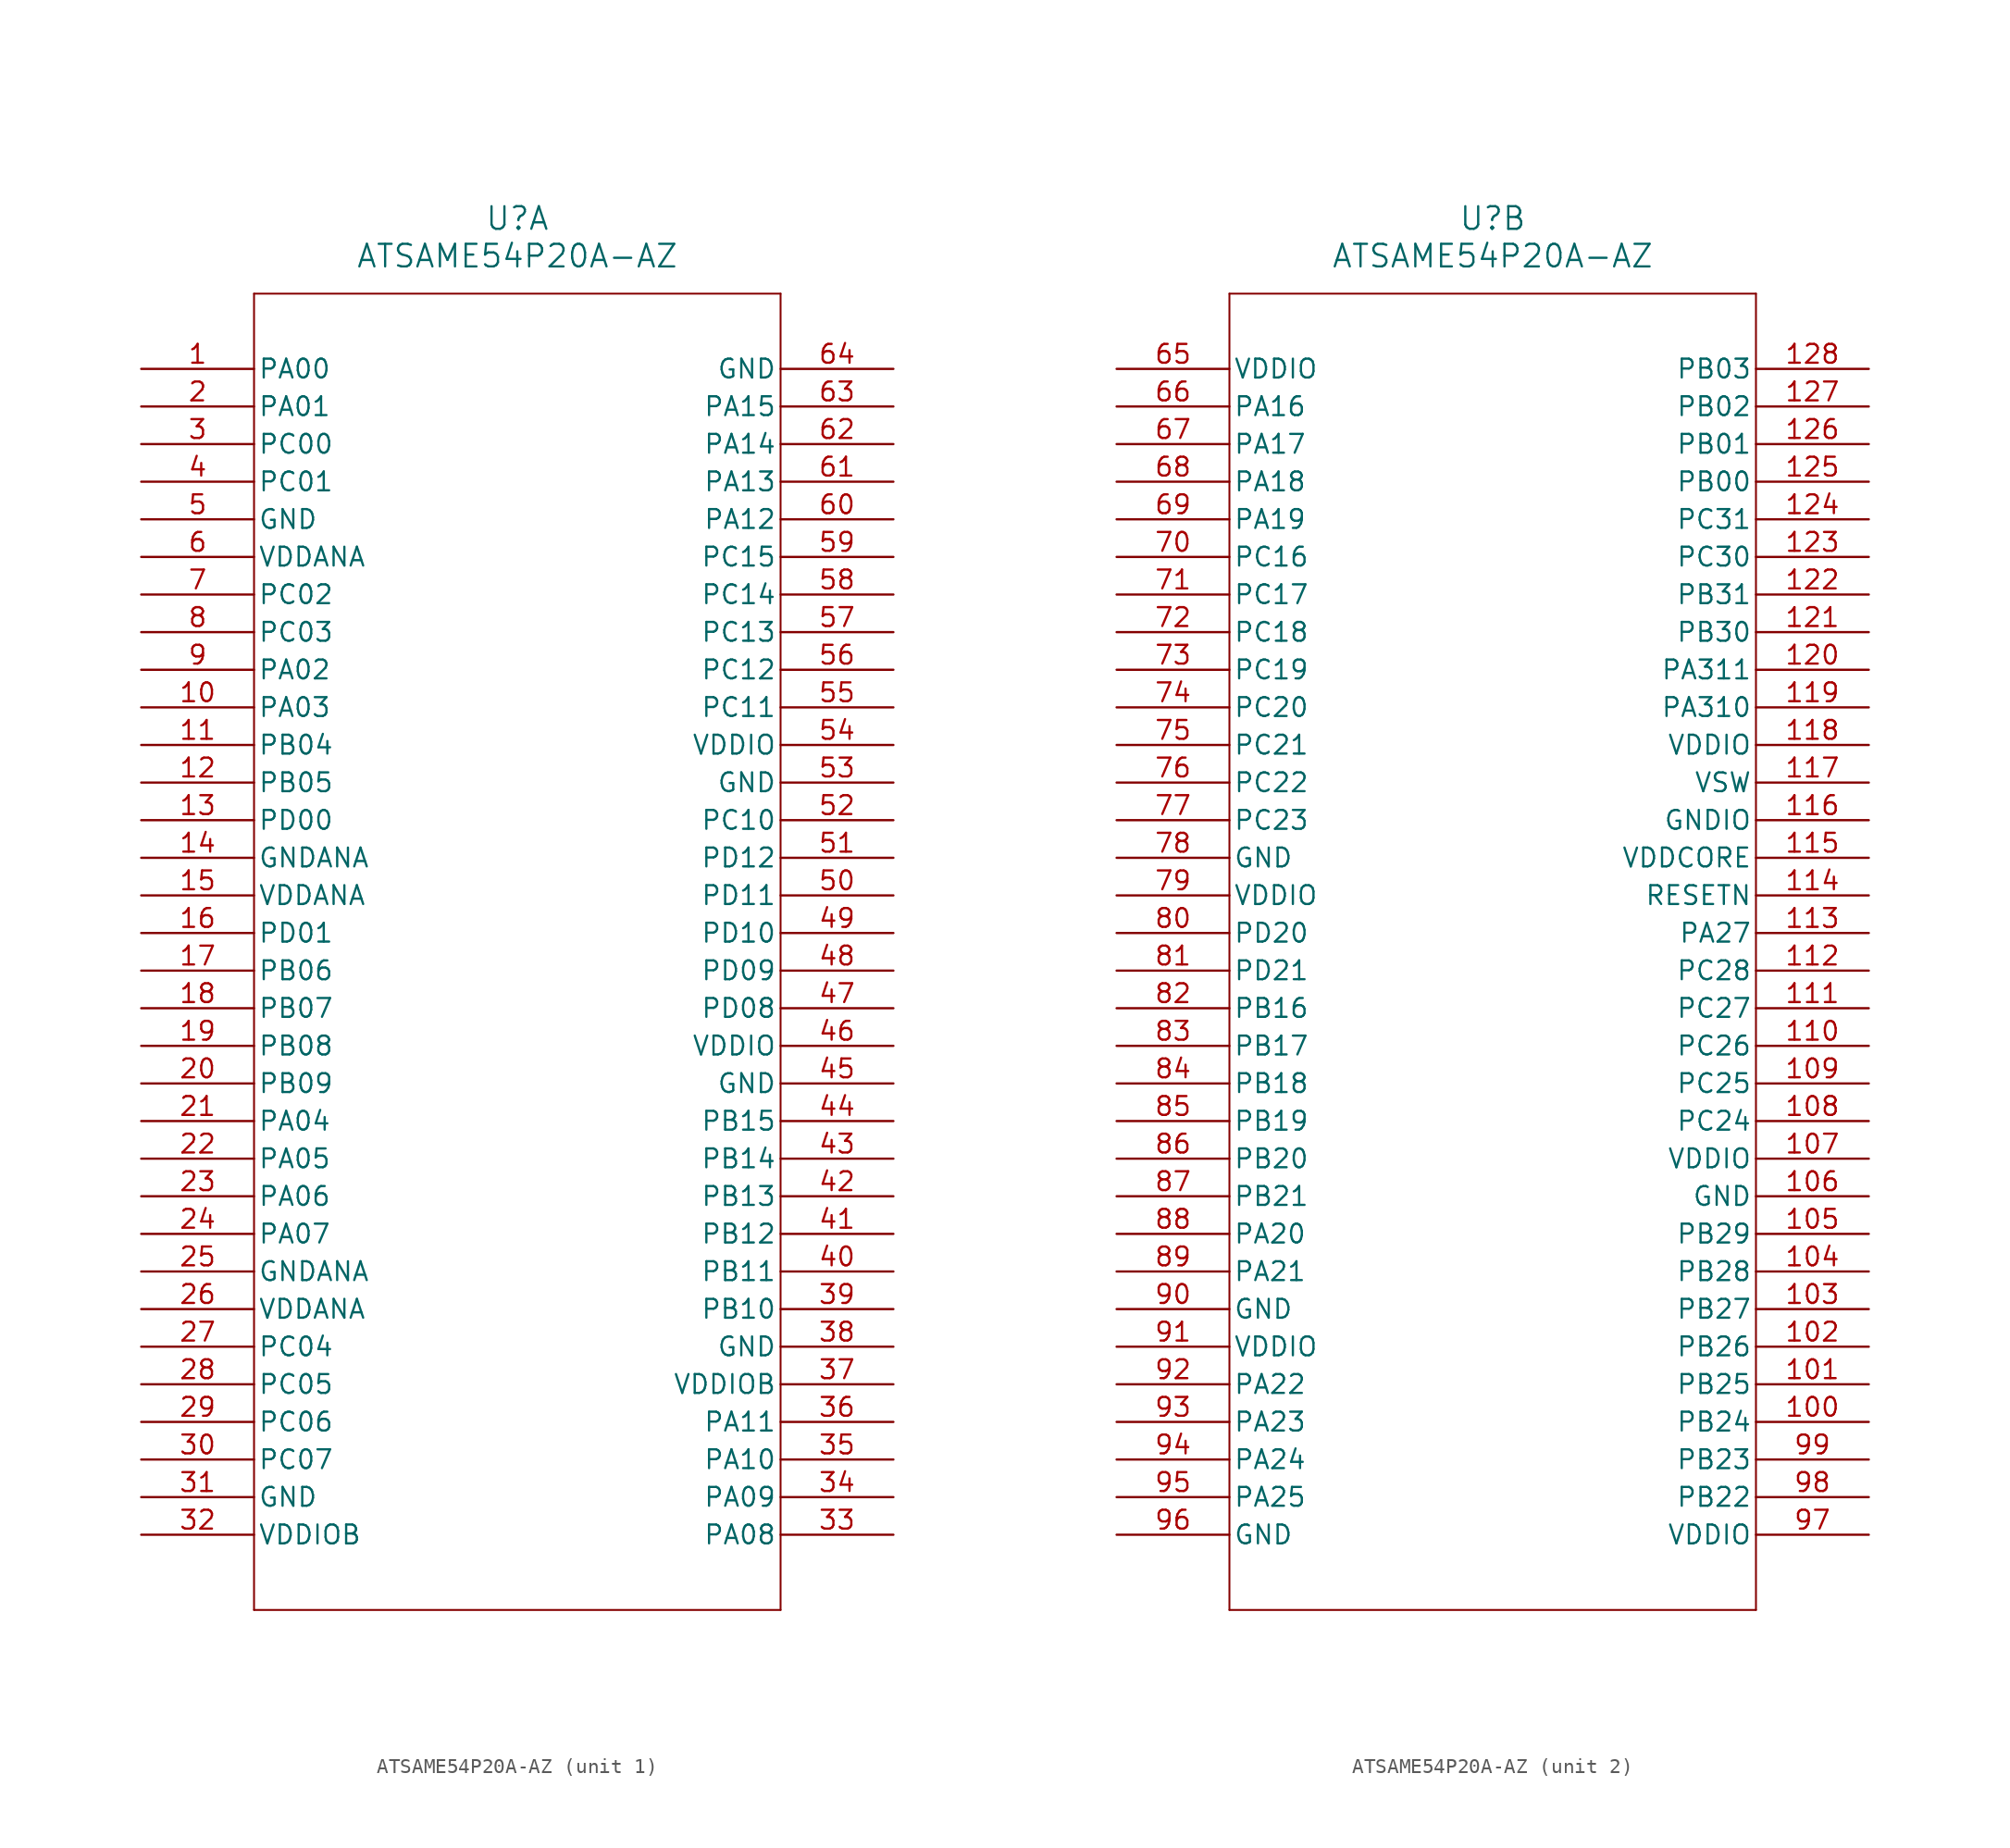
<source format=kicad_sym>
(kicad_symbol_lib
  (version 20211014)
  (generator kicad_symbol_editor)
  (symbol "ATSAME54P20A-AZ"
    (pin_names
      (offset 0.254))
    (property "Reference" "U"
      (at 25.4 10.16 0)
      (effects (font (size 1.524 1.524))))
    (property "Value" "ATSAME54P20A-AZ"
      (at 25.4 7.62 0)
      (effects (font (size 1.524 1.524))))
    (symbol "ATSAME54P20A-AZ_1_1"
      (polyline (pts (xy 7.62 5.08) (xy 7.62 -83.82)) (stroke (width 0.127) (type default) (color 0 0 0 0)) (fill (type none)))
      (polyline (pts (xy 7.62 -83.82) (xy 43.18 -83.82)) (stroke (width 0.127) (type default) (color 0 0 0 0)) (fill (type none)))
      (polyline (pts (xy 43.18 -83.82) (xy 43.18 5.08)) (stroke (width 0.127) (type default) (color 0 0 0 0)) (fill (type none)))
      (polyline (pts (xy 43.18 5.08) (xy 7.62 5.08)) (stroke (width 0.127) (type default) (color 0 0 0 0)) (fill (type none)))
      (pin bidirectional line (at 0 0 0) (length 7.62) (name "PA00" (effects (font (size 1.27 1.27)))) (number "1" (effects (font (size 1.27 1.27)))))
      (pin bidirectional line (at 0 -2.54 0) (length 7.62) (name "PA01" (effects (font (size 1.27 1.27)))) (number "2" (effects (font (size 1.27 1.27)))))
      (pin bidirectional line (at 0 -5.08 0) (length 7.62) (name "PC00" (effects (font (size 1.27 1.27)))) (number "3" (effects (font (size 1.27 1.27)))))
      (pin bidirectional line (at 0 -7.62 0) (length 7.62) (name "PC01" (effects (font (size 1.27 1.27)))) (number "4" (effects (font (size 1.27 1.27)))))
      (pin power_out line (at 0 -10.16 0) (length 7.62) (name "GND" (effects (font (size 1.27 1.27)))) (number "5" (effects (font (size 1.27 1.27)))))
      (pin power_in line (at 0 -12.7 0) (length 7.62) (name "VDDANA" (effects (font (size 1.27 1.27)))) (number "6" (effects (font (size 1.27 1.27)))))
      (pin bidirectional line (at 0 -15.24 0) (length 7.62) (name "PC02" (effects (font (size 1.27 1.27)))) (number "7" (effects (font (size 1.27 1.27)))))
      (pin bidirectional line (at 0 -17.78 0) (length 7.62) (name "PC03" (effects (font (size 1.27 1.27)))) (number "8" (effects (font (size 1.27 1.27)))))
      (pin bidirectional line (at 0 -20.32 0) (length 7.62) (name "PA02" (effects (font (size 1.27 1.27)))) (number "9" (effects (font (size 1.27 1.27)))))
      (pin bidirectional line (at 0 -22.86 0) (length 7.62) (name "PA03" (effects (font (size 1.27 1.27)))) (number "10" (effects (font (size 1.27 1.27)))))
      (pin bidirectional line (at 0 -25.4 0) (length 7.62) (name "PB04" (effects (font (size 1.27 1.27)))) (number "11" (effects (font (size 1.27 1.27)))))
      (pin bidirectional line (at 0 -27.94 0) (length 7.62) (name "PB05" (effects (font (size 1.27 1.27)))) (number "12" (effects (font (size 1.27 1.27)))))
      (pin bidirectional line (at 0 -30.48 0) (length 7.62) (name "PD00" (effects (font (size 1.27 1.27)))) (number "13" (effects (font (size 1.27 1.27)))))
      (pin power_out line (at 0 -33.02 0) (length 7.62) (name "GNDANA" (effects (font (size 1.27 1.27)))) (number "14" (effects (font (size 1.27 1.27)))))
      (pin power_in line (at 0 -35.56 0) (length 7.62) (name "VDDANA" (effects (font (size 1.27 1.27)))) (number "15" (effects (font (size 1.27 1.27)))))
      (pin bidirectional line (at 0 -38.1 0) (length 7.62) (name "PD01" (effects (font (size 1.27 1.27)))) (number "16" (effects (font (size 1.27 1.27)))))
      (pin bidirectional line (at 0 -40.64 0) (length 7.62) (name "PB06" (effects (font (size 1.27 1.27)))) (number "17" (effects (font (size 1.27 1.27)))))
      (pin bidirectional line (at 0 -43.18 0) (length 7.62) (name "PB07" (effects (font (size 1.27 1.27)))) (number "18" (effects (font (size 1.27 1.27)))))
      (pin bidirectional line (at 0 -45.72 0) (length 7.62) (name "PB08" (effects (font (size 1.27 1.27)))) (number "19" (effects (font (size 1.27 1.27)))))
      (pin bidirectional line (at 0 -48.26 0) (length 7.62) (name "PB09" (effects (font (size 1.27 1.27)))) (number "20" (effects (font (size 1.27 1.27)))))
      (pin bidirectional line (at 0 -50.8 0) (length 7.62) (name "PA04" (effects (font (size 1.27 1.27)))) (number "21" (effects (font (size 1.27 1.27)))))
      (pin bidirectional line (at 0 -53.34 0) (length 7.62) (name "PA05" (effects (font (size 1.27 1.27)))) (number "22" (effects (font (size 1.27 1.27)))))
      (pin bidirectional line (at 0 -55.88 0) (length 7.62) (name "PA06" (effects (font (size 1.27 1.27)))) (number "23" (effects (font (size 1.27 1.27)))))
      (pin bidirectional line (at 0 -58.42 0) (length 7.62) (name "PA07" (effects (font (size 1.27 1.27)))) (number "24" (effects (font (size 1.27 1.27)))))
      (pin power_out line (at 0 -60.96 0) (length 7.62) (name "GNDANA" (effects (font (size 1.27 1.27)))) (number "25" (effects (font (size 1.27 1.27)))))
      (pin power_in line (at 0 -63.5 0) (length 7.62) (name "VDDANA" (effects (font (size 1.27 1.27)))) (number "26" (effects (font (size 1.27 1.27)))))
      (pin bidirectional line (at 0 -66.04 0) (length 7.62) (name "PC04" (effects (font (size 1.27 1.27)))) (number "27" (effects (font (size 1.27 1.27)))))
      (pin bidirectional line (at 0 -68.58 0) (length 7.62) (name "PC05" (effects (font (size 1.27 1.27)))) (number "28" (effects (font (size 1.27 1.27)))))
      (pin bidirectional line (at 0 -71.12 0) (length 7.62) (name "PC06" (effects (font (size 1.27 1.27)))) (number "29" (effects (font (size 1.27 1.27)))))
      (pin bidirectional line (at 0 -73.66 0) (length 7.62) (name "PC07" (effects (font (size 1.27 1.27)))) (number "30" (effects (font (size 1.27 1.27)))))
      (pin power_out line (at 0 -76.2 0) (length 7.62) (name "GND" (effects (font (size 1.27 1.27)))) (number "31" (effects (font (size 1.27 1.27)))))
      (pin power_in line (at 0 -78.74 0) (length 7.62) (name "VDDIOB" (effects (font (size 1.27 1.27)))) (number "32" (effects (font (size 1.27 1.27)))))
      (pin bidirectional line (at 50.8 -78.74 180) (length 7.62) (name "PA08" (effects (font (size 1.27 1.27)))) (number "33" (effects (font (size 1.27 1.27)))))
      (pin bidirectional line (at 50.8 -76.2 180) (length 7.62) (name "PA09" (effects (font (size 1.27 1.27)))) (number "34" (effects (font (size 1.27 1.27)))))
      (pin bidirectional line (at 50.8 -73.66 180) (length 7.62) (name "PA10" (effects (font (size 1.27 1.27)))) (number "35" (effects (font (size 1.27 1.27)))))
      (pin bidirectional line (at 50.8 -71.12 180) (length 7.62) (name "PA11" (effects (font (size 1.27 1.27)))) (number "36" (effects (font (size 1.27 1.27)))))
      (pin power_in line (at 50.8 -68.58 180) (length 7.62) (name "VDDIOB" (effects (font (size 1.27 1.27)))) (number "37" (effects (font (size 1.27 1.27)))))
      (pin power_out line (at 50.8 -66.04 180) (length 7.62) (name "GND" (effects (font (size 1.27 1.27)))) (number "38" (effects (font (size 1.27 1.27)))))
      (pin bidirectional line (at 50.8 -63.5 180) (length 7.62) (name "PB10" (effects (font (size 1.27 1.27)))) (number "39" (effects (font (size 1.27 1.27)))))
      (pin bidirectional line (at 50.8 -60.96 180) (length 7.62) (name "PB11" (effects (font (size 1.27 1.27)))) (number "40" (effects (font (size 1.27 1.27)))))
      (pin bidirectional line (at 50.8 -58.42 180) (length 7.62) (name "PB12" (effects (font (size 1.27 1.27)))) (number "41" (effects (font (size 1.27 1.27)))))
      (pin bidirectional line (at 50.8 -55.88 180) (length 7.62) (name "PB13" (effects (font (size 1.27 1.27)))) (number "42" (effects (font (size 1.27 1.27)))))
      (pin bidirectional line (at 50.8 -53.34 180) (length 7.62) (name "PB14" (effects (font (size 1.27 1.27)))) (number "43" (effects (font (size 1.27 1.27)))))
      (pin bidirectional line (at 50.8 -50.8 180) (length 7.62) (name "PB15" (effects (font (size 1.27 1.27)))) (number "44" (effects (font (size 1.27 1.27)))))
      (pin power_out line (at 50.8 -48.26 180) (length 7.62) (name "GND" (effects (font (size 1.27 1.27)))) (number "45" (effects (font (size 1.27 1.27)))))
      (pin power_in line (at 50.8 -45.72 180) (length 7.62) (name "VDDIO" (effects (font (size 1.27 1.27)))) (number "46" (effects (font (size 1.27 1.27)))))
      (pin bidirectional line (at 50.8 -43.18 180) (length 7.62) (name "PD08" (effects (font (size 1.27 1.27)))) (number "47" (effects (font (size 1.27 1.27)))))
      (pin bidirectional line (at 50.8 -40.64 180) (length 7.62) (name "PD09" (effects (font (size 1.27 1.27)))) (number "48" (effects (font (size 1.27 1.27)))))
      (pin bidirectional line (at 50.8 -38.1 180) (length 7.62) (name "PD10" (effects (font (size 1.27 1.27)))) (number "49" (effects (font (size 1.27 1.27)))))
      (pin bidirectional line (at 50.8 -35.56 180) (length 7.62) (name "PD11" (effects (font (size 1.27 1.27)))) (number "50" (effects (font (size 1.27 1.27)))))
      (pin bidirectional line (at 50.8 -33.02 180) (length 7.62) (name "PD12" (effects (font (size 1.27 1.27)))) (number "51" (effects (font (size 1.27 1.27)))))
      (pin bidirectional line (at 50.8 -30.48 180) (length 7.62) (name "PC10" (effects (font (size 1.27 1.27)))) (number "52" (effects (font (size 1.27 1.27)))))
      (pin power_out line (at 50.8 -27.94 180) (length 7.62) (name "GND" (effects (font (size 1.27 1.27)))) (number "53" (effects (font (size 1.27 1.27)))))
      (pin power_in line (at 50.8 -25.4 180) (length 7.62) (name "VDDIO" (effects (font (size 1.27 1.27)))) (number "54" (effects (font (size 1.27 1.27)))))
      (pin bidirectional line (at 50.8 -22.86 180) (length 7.62) (name "PC11" (effects (font (size 1.27 1.27)))) (number "55" (effects (font (size 1.27 1.27)))))
      (pin bidirectional line (at 50.8 -20.32 180) (length 7.62) (name "PC12" (effects (font (size 1.27 1.27)))) (number "56" (effects (font (size 1.27 1.27)))))
      (pin bidirectional line (at 50.8 -17.78 180) (length 7.62) (name "PC13" (effects (font (size 1.27 1.27)))) (number "57" (effects (font (size 1.27 1.27)))))
      (pin bidirectional line (at 50.8 -15.24 180) (length 7.62) (name "PC14" (effects (font (size 1.27 1.27)))) (number "58" (effects (font (size 1.27 1.27)))))
      (pin bidirectional line (at 50.8 -12.7 180) (length 7.62) (name "PC15" (effects (font (size 1.27 1.27)))) (number "59" (effects (font (size 1.27 1.27)))))
      (pin bidirectional line (at 50.8 -10.16 180) (length 7.62) (name "PA12" (effects (font (size 1.27 1.27)))) (number "60" (effects (font (size 1.27 1.27)))))
      (pin bidirectional line (at 50.8 -7.62 180) (length 7.62) (name "PA13" (effects (font (size 1.27 1.27)))) (number "61" (effects (font (size 1.27 1.27)))))
      (pin bidirectional line (at 50.8 -5.08 180) (length 7.62) (name "PA14" (effects (font (size 1.27 1.27)))) (number "62" (effects (font (size 1.27 1.27)))))
      (pin bidirectional line (at 50.8 -2.54 180) (length 7.62) (name "PA15" (effects (font (size 1.27 1.27)))) (number "63" (effects (font (size 1.27 1.27)))))
      (pin power_out line (at 50.8 0 180) (length 7.62) (name "GND" (effects (font (size 1.27 1.27)))) (number "64" (effects (font (size 1.27 1.27))))))
    (symbol "ATSAME54P20A-AZ_2_1"
      (polyline (pts (xy 7.62 5.08) (xy 7.62 -83.82)) (stroke (width 0.127) (type default) (color 0 0 0 0)) (fill (type none)))
      (polyline (pts (xy 7.62 -83.82) (xy 43.18 -83.82)) (stroke (width 0.127) (type default) (color 0 0 0 0)) (fill (type none)))
      (polyline (pts (xy 43.18 -83.82) (xy 43.18 5.08)) (stroke (width 0.127) (type default) (color 0 0 0 0)) (fill (type none)))
      (polyline (pts (xy 43.18 5.08) (xy 7.62 5.08)) (stroke (width 0.127) (type default) (color 0 0 0 0)) (fill (type none)))
      (pin power_in line (at 0 0 0) (length 7.62) (name "VDDIO" (effects (font (size 1.27 1.27)))) (number "65" (effects (font (size 1.27 1.27)))))
      (pin bidirectional line (at 0 -2.54 0) (length 7.62) (name "PA16" (effects (font (size 1.27 1.27)))) (number "66" (effects (font (size 1.27 1.27)))))
      (pin bidirectional line (at 0 -5.08 0) (length 7.62) (name "PA17" (effects (font (size 1.27 1.27)))) (number "67" (effects (font (size 1.27 1.27)))))
      (pin bidirectional line (at 0 -7.62 0) (length 7.62) (name "PA18" (effects (font (size 1.27 1.27)))) (number "68" (effects (font (size 1.27 1.27)))))
      (pin bidirectional line (at 0 -10.16 0) (length 7.62) (name "PA19" (effects (font (size 1.27 1.27)))) (number "69" (effects (font (size 1.27 1.27)))))
      (pin bidirectional line (at 0 -12.7 0) (length 7.62) (name "PC16" (effects (font (size 1.27 1.27)))) (number "70" (effects (font (size 1.27 1.27)))))
      (pin bidirectional line (at 0 -15.24 0) (length 7.62) (name "PC17" (effects (font (size 1.27 1.27)))) (number "71" (effects (font (size 1.27 1.27)))))
      (pin bidirectional line (at 0 -17.78 0) (length 7.62) (name "PC18" (effects (font (size 1.27 1.27)))) (number "72" (effects (font (size 1.27 1.27)))))
      (pin bidirectional line (at 0 -20.32 0) (length 7.62) (name "PC19" (effects (font (size 1.27 1.27)))) (number "73" (effects (font (size 1.27 1.27)))))
      (pin bidirectional line (at 0 -22.86 0) (length 7.62) (name "PC20" (effects (font (size 1.27 1.27)))) (number "74" (effects (font (size 1.27 1.27)))))
      (pin bidirectional line (at 0 -25.4 0) (length 7.62) (name "PC21" (effects (font (size 1.27 1.27)))) (number "75" (effects (font (size 1.27 1.27)))))
      (pin bidirectional line (at 0 -27.94 0) (length 7.62) (name "PC22" (effects (font (size 1.27 1.27)))) (number "76" (effects (font (size 1.27 1.27)))))
      (pin bidirectional line (at 0 -30.48 0) (length 7.62) (name "PC23" (effects (font (size 1.27 1.27)))) (number "77" (effects (font (size 1.27 1.27)))))
      (pin power_out line (at 0 -33.02 0) (length 7.62) (name "GND" (effects (font (size 1.27 1.27)))) (number "78" (effects (font (size 1.27 1.27)))))
      (pin power_in line (at 0 -35.56 0) (length 7.62) (name "VDDIO" (effects (font (size 1.27 1.27)))) (number "79" (effects (font (size 1.27 1.27)))))
      (pin bidirectional line (at 0 -38.1 0) (length 7.62) (name "PD20" (effects (font (size 1.27 1.27)))) (number "80" (effects (font (size 1.27 1.27)))))
      (pin bidirectional line (at 0 -40.64 0) (length 7.62) (name "PD21" (effects (font (size 1.27 1.27)))) (number "81" (effects (font (size 1.27 1.27)))))
      (pin bidirectional line (at 0 -43.18 0) (length 7.62) (name "PB16" (effects (font (size 1.27 1.27)))) (number "82" (effects (font (size 1.27 1.27)))))
      (pin bidirectional line (at 0 -45.72 0) (length 7.62) (name "PB17" (effects (font (size 1.27 1.27)))) (number "83" (effects (font (size 1.27 1.27)))))
      (pin bidirectional line (at 0 -48.26 0) (length 7.62) (name "PB18" (effects (font (size 1.27 1.27)))) (number "84" (effects (font (size 1.27 1.27)))))
      (pin bidirectional line (at 0 -50.8 0) (length 7.62) (name "PB19" (effects (font (size 1.27 1.27)))) (number "85" (effects (font (size 1.27 1.27)))))
      (pin bidirectional line (at 0 -53.34 0) (length 7.62) (name "PB20" (effects (font (size 1.27 1.27)))) (number "86" (effects (font (size 1.27 1.27)))))
      (pin bidirectional line (at 0 -55.88 0) (length 7.62) (name "PB21" (effects (font (size 1.27 1.27)))) (number "87" (effects (font (size 1.27 1.27)))))
      (pin bidirectional line (at 0 -58.42 0) (length 7.62) (name "PA20" (effects (font (size 1.27 1.27)))) (number "88" (effects (font (size 1.27 1.27)))))
      (pin bidirectional line (at 0 -60.96 0) (length 7.62) (name "PA21" (effects (font (size 1.27 1.27)))) (number "89" (effects (font (size 1.27 1.27)))))
      (pin power_out line (at 0 -63.5 0) (length 7.62) (name "GND" (effects (font (size 1.27 1.27)))) (number "90" (effects (font (size 1.27 1.27)))))
      (pin power_in line (at 0 -66.04 0) (length 7.62) (name "VDDIO" (effects (font (size 1.27 1.27)))) (number "91" (effects (font (size 1.27 1.27)))))
      (pin bidirectional line (at 0 -68.58 0) (length 7.62) (name "PA22" (effects (font (size 1.27 1.27)))) (number "92" (effects (font (size 1.27 1.27)))))
      (pin bidirectional line (at 0 -71.12 0) (length 7.62) (name "PA23" (effects (font (size 1.27 1.27)))) (number "93" (effects (font (size 1.27 1.27)))))
      (pin bidirectional line (at 0 -73.66 0) (length 7.62) (name "PA24" (effects (font (size 1.27 1.27)))) (number "94" (effects (font (size 1.27 1.27)))))
      (pin bidirectional line (at 0 -76.2 0) (length 7.62) (name "PA25" (effects (font (size 1.27 1.27)))) (number "95" (effects (font (size 1.27 1.27)))))
      (pin power_out line (at 0 -78.74 0) (length 7.62) (name "GND" (effects (font (size 1.27 1.27)))) (number "96" (effects (font (size 1.27 1.27)))))
      (pin power_in line (at 50.8 -78.74 180) (length 7.62) (name "VDDIO" (effects (font (size 1.27 1.27)))) (number "97" (effects (font (size 1.27 1.27)))))
      (pin bidirectional line (at 50.8 -76.2 180) (length 7.62) (name "PB22" (effects (font (size 1.27 1.27)))) (number "98" (effects (font (size 1.27 1.27)))))
      (pin bidirectional line (at 50.8 -73.66 180) (length 7.62) (name "PB23" (effects (font (size 1.27 1.27)))) (number "99" (effects (font (size 1.27 1.27)))))
      (pin bidirectional line (at 50.8 -71.12 180) (length 7.62) (name "PB24" (effects (font (size 1.27 1.27)))) (number "100" (effects (font (size 1.27 1.27)))))
      (pin bidirectional line (at 50.8 -68.58 180) (length 7.62) (name "PB25" (effects (font (size 1.27 1.27)))) (number "101" (effects (font (size 1.27 1.27)))))
      (pin bidirectional line (at 50.8 -66.04 180) (length 7.62) (name "PB26" (effects (font (size 1.27 1.27)))) (number "102" (effects (font (size 1.27 1.27)))))
      (pin bidirectional line (at 50.8 -63.5 180) (length 7.62) (name "PB27" (effects (font (size 1.27 1.27)))) (number "103" (effects (font (size 1.27 1.27)))))
      (pin bidirectional line (at 50.8 -60.96 180) (length 7.62) (name "PB28" (effects (font (size 1.27 1.27)))) (number "104" (effects (font (size 1.27 1.27)))))
      (pin bidirectional line (at 50.8 -58.42 180) (length 7.62) (name "PB29" (effects (font (size 1.27 1.27)))) (number "105" (effects (font (size 1.27 1.27)))))
      (pin power_out line (at 50.8 -55.88 180) (length 7.62) (name "GND" (effects (font (size 1.27 1.27)))) (number "106" (effects (font (size 1.27 1.27)))))
      (pin power_in line (at 50.8 -53.34 180) (length 7.62) (name "VDDIO" (effects (font (size 1.27 1.27)))) (number "107" (effects (font (size 1.27 1.27)))))
      (pin bidirectional line (at 50.8 -50.8 180) (length 7.62) (name "PC24" (effects (font (size 1.27 1.27)))) (number "108" (effects (font (size 1.27 1.27)))))
      (pin bidirectional line (at 50.8 -48.26 180) (length 7.62) (name "PC25" (effects (font (size 1.27 1.27)))) (number "109" (effects (font (size 1.27 1.27)))))
      (pin bidirectional line (at 50.8 -45.72 180) (length 7.62) (name "PC26" (effects (font (size 1.27 1.27)))) (number "110" (effects (font (size 1.27 1.27)))))
      (pin bidirectional line (at 50.8 -43.18 180) (length 7.62) (name "PC27" (effects (font (size 1.27 1.27)))) (number "111" (effects (font (size 1.27 1.27)))))
      (pin bidirectional line (at 50.8 -40.64 180) (length 7.62) (name "PC28" (effects (font (size 1.27 1.27)))) (number "112" (effects (font (size 1.27 1.27)))))
      (pin bidirectional line (at 50.8 -38.1 180) (length 7.62) (name "PA27" (effects (font (size 1.27 1.27)))) (number "113" (effects (font (size 1.27 1.27)))))
      (pin input line (at 50.8 -35.56 180) (length 7.62) (name "RESETN" (effects (font (size 1.27 1.27)))) (number "114" (effects (font (size 1.27 1.27)))))
      (pin power_in line (at 50.8 -33.02 180) (length 7.62) (name "VDDCORE" (effects (font (size 1.27 1.27)))) (number "115" (effects (font (size 1.27 1.27)))))
      (pin power_out line (at 50.8 -30.48 180) (length 7.62) (name "GNDIO" (effects (font (size 1.27 1.27)))) (number "116" (effects (font (size 1.27 1.27)))))
      (pin power_in line (at 50.8 -27.94 180) (length 7.62) (name "VSW" (effects (font (size 1.27 1.27)))) (number "117" (effects (font (size 1.27 1.27)))))
      (pin power_in line (at 50.8 -25.4 180) (length 7.62) (name "VDDIO" (effects (font (size 1.27 1.27)))) (number "118" (effects (font (size 1.27 1.27)))))
      (pin bidirectional line (at 50.8 -22.86 180) (length 7.62) (name "PA310" (effects (font (size 1.27 1.27)))) (number "119" (effects (font (size 1.27 1.27)))))
      (pin bidirectional line (at 50.8 -20.32 180) (length 7.62) (name "PA311" (effects (font (size 1.27 1.27)))) (number "120" (effects (font (size 1.27 1.27)))))
      (pin bidirectional line (at 50.8 -17.78 180) (length 7.62) (name "PB30" (effects (font (size 1.27 1.27)))) (number "121" (effects (font (size 1.27 1.27)))))
      (pin bidirectional line (at 50.8 -15.24 180) (length 7.62) (name "PB31" (effects (font (size 1.27 1.27)))) (number "122" (effects (font (size 1.27 1.27)))))
      (pin bidirectional line (at 50.8 -12.7 180) (length 7.62) (name "PC30" (effects (font (size 1.27 1.27)))) (number "123" (effects (font (size 1.27 1.27)))))
      (pin bidirectional line (at 50.8 -10.16 180) (length 7.62) (name "PC31" (effects (font (size 1.27 1.27)))) (number "124" (effects (font (size 1.27 1.27)))))
      (pin bidirectional line (at 50.8 -7.62 180) (length 7.62) (name "PB00" (effects (font (size 1.27 1.27)))) (number "125" (effects (font (size 1.27 1.27)))))
      (pin bidirectional line (at 50.8 -5.08 180) (length 7.62) (name "PB01" (effects (font (size 1.27 1.27)))) (number "126" (effects (font (size 1.27 1.27)))))
      (pin bidirectional line (at 50.8 -2.54 180) (length 7.62) (name "PB02" (effects (font (size 1.27 1.27)))) (number "127" (effects (font (size 1.27 1.27)))))
      (pin bidirectional line (at 50.8 0 180) (length 7.62) (name "PB03" (effects (font (size 1.27 1.27)))) (number "128" (effects (font (size 1.27 1.27))))))))
</source>
